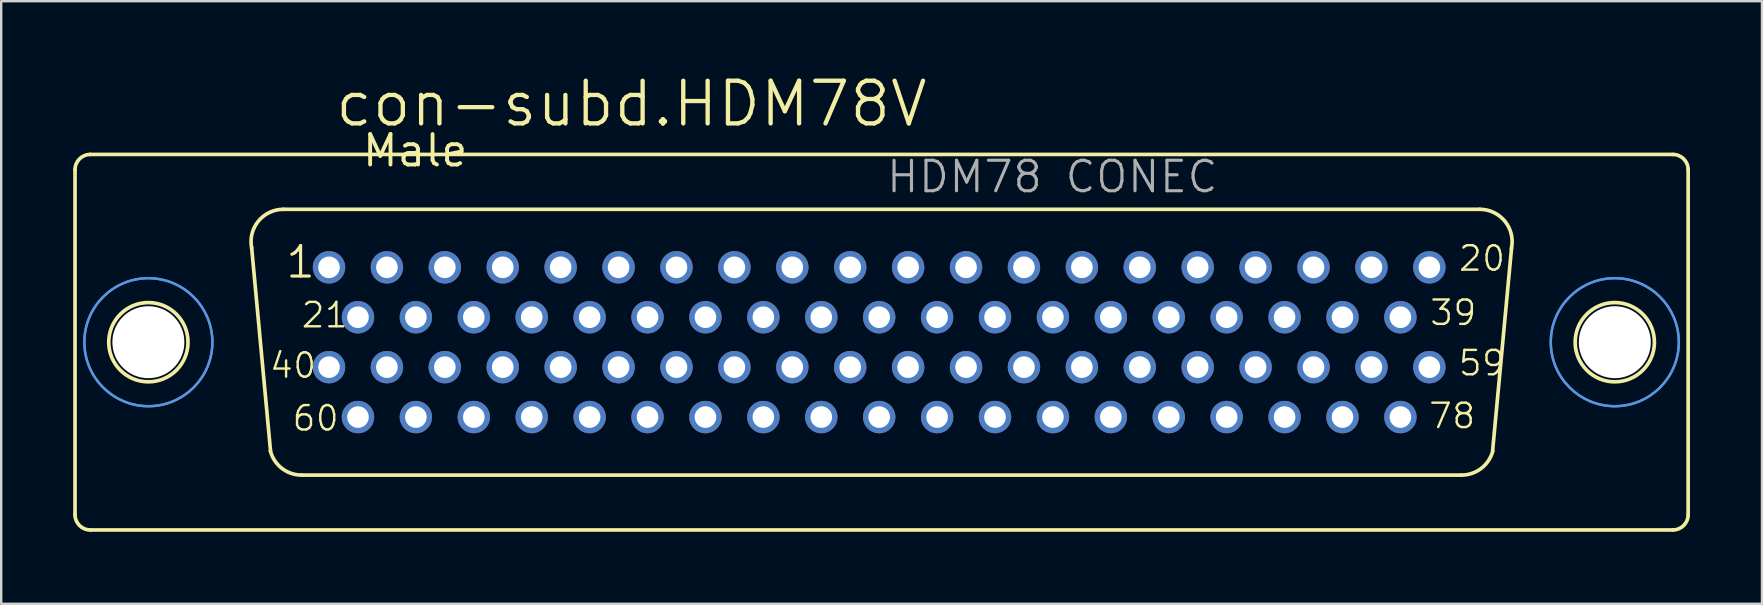
<source format=kicad_pcb>
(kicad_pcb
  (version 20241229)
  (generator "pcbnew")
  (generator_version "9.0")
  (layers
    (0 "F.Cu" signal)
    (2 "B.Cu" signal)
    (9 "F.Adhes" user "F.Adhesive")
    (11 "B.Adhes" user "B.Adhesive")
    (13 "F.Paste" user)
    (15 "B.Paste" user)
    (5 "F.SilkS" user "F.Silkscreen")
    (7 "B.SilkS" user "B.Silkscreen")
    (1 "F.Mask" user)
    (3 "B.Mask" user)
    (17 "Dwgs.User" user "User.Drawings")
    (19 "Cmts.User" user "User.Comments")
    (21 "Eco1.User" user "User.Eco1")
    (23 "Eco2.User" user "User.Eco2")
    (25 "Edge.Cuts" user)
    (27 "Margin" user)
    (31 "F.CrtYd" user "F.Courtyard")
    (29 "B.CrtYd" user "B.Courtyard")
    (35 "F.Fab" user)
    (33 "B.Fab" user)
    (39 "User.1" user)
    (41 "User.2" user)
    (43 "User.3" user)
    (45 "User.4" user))
  (footprint "con-subd.HDM78V"
    (layer "F.Cu")
    (at 33.682 11.208)
    (property "Reference" "con-subd.HDM78V" (at -22.86 -8.89 0) (layer "F.SilkS") (effects (font (size 1.778 1.778) (thickness 0.18)) (justify left bottom)))
    (attr through_hole)
    (fp_line (start -33.606 -7.188) (end -33.606 7.188) (stroke (width 0.152) (type default)) (layer "F.SilkS"))
    (fp_line (start -32.963 7.823) (end 32.971 7.823) (stroke (width 0.152) (type default)) (layer "F.SilkS"))
    (fp_line (start -25.459 4.546) (end -26.247 -3.937) (stroke (width 0.152) (type default)) (layer "F.SilkS"))
    (fp_line (start -24.926 -5.537) (end 24.926 -5.537) (stroke (width 0.152) (type default)) (layer "F.SilkS"))
    (fp_line (start -24.164 5.537) (end 24.164 5.537) (stroke (width 0.152) (type default)) (layer "F.SilkS"))
    (fp_line (start 26.247 -3.911) (end 25.459 4.521) (stroke (width 0.152) (type default)) (layer "F.SilkS"))
    (fp_line (start 32.963 -7.823) (end -32.971 -7.823) (stroke (width 0.152) (type default)) (layer "F.SilkS"))
    (fp_line (start 33.606 -7.188) (end 33.606 7.188) (stroke (width 0.152) (type default)) (layer "F.SilkS"))
    (fp_arc (start -33.606 -7.188) (mid -33.420013 -7.637013) (end -32.971 -7.823) (stroke (width 0.1524) (type default)) (layer "F.SilkS"))
    (fp_arc (start -32.971 7.823) (mid -33.420013 7.637013) (end -33.606 7.188) (stroke (width 0.1524) (type default)) (layer "F.SilkS"))
    (fp_arc (start -26.2461 -3.9268) (mid -25.967082 -5.044284) (end -24.926 -5.537) (stroke (width 0.1524) (type default)) (layer "F.SilkS"))
    (fp_arc (start -24.164 5.537) (mid -24.9875 5.255746) (end -25.4669 4.5295) (stroke (width 0.1524) (type default)) (layer "F.SilkS"))
    (fp_arc (start 24.926 -5.537) (mid 25.974556 -5.035184) (end 26.2415 -3.9038) (stroke (width 0.1524) (type default)) (layer "F.SilkS"))
    (fp_arc (start 25.4669 4.5295) (mid 24.9875 5.255746) (end 24.164 5.537) (stroke (width 0.1524) (type default)) (layer "F.SilkS"))
    (fp_arc (start 32.971 -7.823) (mid 33.420013 -7.637013) (end 33.606 -7.188) (stroke (width 0.1524) (type default)) (layer "F.SilkS"))
    (fp_arc (start 33.606 7.188) (mid 33.420013 7.637013) (end 32.971 7.823) (stroke (width 0.1524) (type default)) (layer "F.SilkS"))
    (fp_circle (center -30.55 0) (end -28.899 0) (stroke (width 0.152) (type default)) (fill no) (layer "F.SilkS"))
    (fp_circle (center 30.55 0) (end 32.201 0) (stroke (width 0.152) (type default)) (fill no) (layer "F.SilkS"))
    (fp_circle (center -30.55 0) (end -27.883 0) (stroke (width 0.1) (type default)) (fill no) (layer "Cmts.User"))
    (fp_circle (center -30.55 0) (end -27.883 0) (stroke (width 0.1) (type default)) (fill no) (layer "Cmts.User"))
    (fp_circle (center 30.55 0) (end 33.217 0) (stroke (width 0.1) (type default)) (fill no) (layer "Cmts.User"))
    (fp_circle (center 30.55 0) (end 33.217 0) (stroke (width 0.1) (type default)) (fill no) (layer "Cmts.User"))
    (fp_text user "59" (at 23.977 1.465 0) (layer "F.SilkS") (effects (font (size 1.016 1.016) (thickness 0.1)) (justify left bottom)))
    (fp_text user "1" (at -24.898 -2.595 0) (layer "F.SilkS") (effects (font (size 1.27 1.27) (thickness 0.13)) (justify left bottom)))
    (fp_text user "Male" (at -21.717 -7.239 180) (layer "F.SilkS") (effects (font (size 1.27 1.27) (thickness 0.16)) (justify left bottom)))
    (fp_text user "40" (at -25.555 1.565 0) (layer "F.SilkS") (effects (font (size 1.016 1.016) (thickness 0.1)) (justify left bottom)))
    (fp_text user "78" (at 22.737 3.665 0) (layer "F.SilkS") (effects (font (size 1.016 1.016) (thickness 0.1)) (justify left bottom)))
    (fp_text user "21" (at -24.237 -0.535 0) (layer "F.SilkS") (effects (font (size 1.016 1.016) (thickness 0.1)) (justify left bottom)))
    (fp_text user "20" (at 23.982 -2.895 0) (layer "F.SilkS") (effects (font (size 1.016 1.016) (thickness 0.1)) (justify left bottom)))
    (fp_text user "39" (at 22.785 -0.635 0) (layer "F.SilkS") (effects (font (size 1.016 1.016) (thickness 0.1)) (justify left bottom)))
    (fp_text user "60" (at -24.615 3.765 0) (layer "F.SilkS") (effects (font (size 1.016 1.016) (thickness 0.1)) (justify left bottom)))
    (fp_text user "HDM78 CONEC" (at 0.132 -6.149 0) (layer "F.Fab") (effects (font (size 1.27 1.27) (thickness 0.13)) (justify left bottom)))
    (pad "" np_thru_hole circle (at -30.55 0) (size 3 3) (drill 3) (layers "*.Cu" "*.Mask"))
    (pad "" np_thru_hole circle (at 30.55 0) (size 3 3) (drill 3) (layers "*.Cu" "*.Mask"))
    (pad "1" thru_hole circle (at -23.024 -3.12) (size 1.35 1.35) (drill 0.9) (layers "*.Cu" "*.Mask"))
    (pad "2" thru_hole circle (at -20.611 -3.12) (size 1.35 1.35) (drill 0.9) (layers "*.Cu" "*.Mask"))
    (pad "3" thru_hole circle (at -18.198 -3.12) (size 1.35 1.35) (drill 0.9) (layers "*.Cu" "*.Mask"))
    (pad "4" thru_hole circle (at -15.785 -3.12) (size 1.35 1.35) (drill 0.9) (layers "*.Cu" "*.Mask"))
    (pad "5" thru_hole circle (at -13.372 -3.12) (size 1.35 1.35) (drill 0.9) (layers "*.Cu" "*.Mask"))
    (pad "6" thru_hole circle (at -10.959 -3.12) (size 1.35 1.35) (drill 0.9) (layers "*.Cu" "*.Mask"))
    (pad "7" thru_hole circle (at -8.546 -3.12) (size 1.35 1.35) (drill 0.9) (layers "*.Cu" "*.Mask"))
    (pad "8" thru_hole circle (at -6.133 -3.12) (size 1.35 1.35) (drill 0.9) (layers "*.Cu" "*.Mask"))
    (pad "9" thru_hole circle (at -3.72 -3.12) (size 1.35 1.35) (drill 0.9) (layers "*.Cu" "*.Mask"))
    (pad "10" thru_hole circle (at -1.307 -3.12) (size 1.35 1.35) (drill 0.9) (layers "*.Cu" "*.Mask"))
    (pad "11" thru_hole circle (at 1.106 -3.12) (size 1.35 1.35) (drill 0.9) (layers "*.Cu" "*.Mask"))
    (pad "12" thru_hole circle (at 3.519 -3.12) (size 1.35 1.35) (drill 0.9) (layers "*.Cu" "*.Mask"))
    (pad "13" thru_hole circle (at 5.932 -3.12) (size 1.35 1.35) (drill 0.9) (layers "*.Cu" "*.Mask"))
    (pad "14" thru_hole circle (at 8.345 -3.12) (size 1.35 1.35) (drill 0.9) (layers "*.Cu" "*.Mask"))
    (pad "15" thru_hole circle (at 10.758 -3.12) (size 1.35 1.35) (drill 0.9) (layers "*.Cu" "*.Mask"))
    (pad "16" thru_hole circle (at 13.171 -3.12) (size 1.35 1.35) (drill 0.9) (layers "*.Cu" "*.Mask"))
    (pad "17" thru_hole circle (at 15.584 -3.12) (size 1.35 1.35) (drill 0.9) (layers "*.Cu" "*.Mask"))
    (pad "18" thru_hole circle (at 17.997 -3.12) (size 1.35 1.35) (drill 0.9) (layers "*.Cu" "*.Mask"))
    (pad "19" thru_hole circle (at 20.41 -3.12) (size 1.35 1.35) (drill 0.9) (layers "*.Cu" "*.Mask"))
    (pad "20" thru_hole circle (at 22.823 -3.12) (size 1.35 1.35) (drill 0.9) (layers "*.Cu" "*.Mask"))
    (pad "21" thru_hole circle (at -21.817 -1.04) (size 1.35 1.35) (drill 0.9) (layers "*.Cu" "*.Mask"))
    (pad "22" thru_hole circle (at -19.404 -1.04) (size 1.35 1.35) (drill 0.9) (layers "*.Cu" "*.Mask"))
    (pad "23" thru_hole circle (at -16.991 -1.04) (size 1.35 1.35) (drill 0.9) (layers "*.Cu" "*.Mask"))
    (pad "24" thru_hole circle (at -14.578 -1.04) (size 1.35 1.35) (drill 0.9) (layers "*.Cu" "*.Mask"))
    (pad "25" thru_hole circle (at -12.165 -1.04) (size 1.35 1.35) (drill 0.9) (layers "*.Cu" "*.Mask"))
    (pad "26" thru_hole circle (at -9.752 -1.04) (size 1.35 1.35) (drill 0.9) (layers "*.Cu" "*.Mask"))
    (pad "27" thru_hole circle (at -7.339 -1.04) (size 1.35 1.35) (drill 0.9) (layers "*.Cu" "*.Mask"))
    (pad "28" thru_hole circle (at -4.926 -1.04) (size 1.35 1.35) (drill 0.9) (layers "*.Cu" "*.Mask"))
    (pad "29" thru_hole circle (at -2.513 -1.04) (size 1.35 1.35) (drill 0.9) (layers "*.Cu" "*.Mask"))
    (pad "30" thru_hole circle (at -0.1 -1.04) (size 1.35 1.35) (drill 0.9) (layers "*.Cu" "*.Mask"))
    (pad "31" thru_hole circle (at 2.313 -1.04) (size 1.35 1.35) (drill 0.9) (layers "*.Cu" "*.Mask"))
    (pad "32" thru_hole circle (at 4.726 -1.04) (size 1.35 1.35) (drill 0.9) (layers "*.Cu" "*.Mask"))
    (pad "33" thru_hole circle (at 7.139 -1.04) (size 1.35 1.35) (drill 0.9) (layers "*.Cu" "*.Mask"))
    (pad "34" thru_hole circle (at 9.552 -1.04) (size 1.35 1.35) (drill 0.9) (layers "*.Cu" "*.Mask"))
    (pad "35" thru_hole circle (at 11.965 -1.04) (size 1.35 1.35) (drill 0.9) (layers "*.Cu" "*.Mask"))
    (pad "36" thru_hole circle (at 14.378 -1.04) (size 1.35 1.35) (drill 0.9) (layers "*.Cu" "*.Mask"))
    (pad "37" thru_hole circle (at 16.791 -1.04) (size 1.35 1.35) (drill 0.9) (layers "*.Cu" "*.Mask"))
    (pad "38" thru_hole circle (at 19.204 -1.04) (size 1.35 1.35) (drill 0.9) (layers "*.Cu" "*.Mask"))
    (pad "39" thru_hole circle (at 21.617 -1.04) (size 1.35 1.35) (drill 0.9) (layers "*.Cu" "*.Mask"))
    (pad "40" thru_hole circle (at -23.024 1.04) (size 1.35 1.35) (drill 0.9) (layers "*.Cu" "*.Mask"))
    (pad "41" thru_hole circle (at -20.611 1.04) (size 1.35 1.35) (drill 0.9) (layers "*.Cu" "*.Mask"))
    (pad "42" thru_hole circle (at -18.198 1.04) (size 1.35 1.35) (drill 0.9) (layers "*.Cu" "*.Mask"))
    (pad "43" thru_hole circle (at -15.785 1.04) (size 1.35 1.35) (drill 0.9) (layers "*.Cu" "*.Mask"))
    (pad "44" thru_hole circle (at -13.372 1.04) (size 1.35 1.35) (drill 0.9) (layers "*.Cu" "*.Mask"))
    (pad "45" thru_hole circle (at -10.959 1.04) (size 1.35 1.35) (drill 0.9) (layers "*.Cu" "*.Mask"))
    (pad "46" thru_hole circle (at -8.546 1.04) (size 1.35 1.35) (drill 0.9) (layers "*.Cu" "*.Mask"))
    (pad "47" thru_hole circle (at -6.133 1.04) (size 1.35 1.35) (drill 0.9) (layers "*.Cu" "*.Mask"))
    (pad "48" thru_hole circle (at -3.72 1.04) (size 1.35 1.35) (drill 0.9) (layers "*.Cu" "*.Mask"))
    (pad "49" thru_hole circle (at -1.307 1.04) (size 1.35 1.35) (drill 0.9) (layers "*.Cu" "*.Mask"))
    (pad "50" thru_hole circle (at 1.106 1.04) (size 1.35 1.35) (drill 0.9) (layers "*.Cu" "*.Mask"))
    (pad "51" thru_hole circle (at 3.519 1.04) (size 1.35 1.35) (drill 0.9) (layers "*.Cu" "*.Mask"))
    (pad "52" thru_hole circle (at 5.932 1.04) (size 1.35 1.35) (drill 0.9) (layers "*.Cu" "*.Mask"))
    (pad "53" thru_hole circle (at 8.345 1.04) (size 1.35 1.35) (drill 0.9) (layers "*.Cu" "*.Mask"))
    (pad "54" thru_hole circle (at 10.758 1.04) (size 1.35 1.35) (drill 0.9) (layers "*.Cu" "*.Mask"))
    (pad "55" thru_hole circle (at 13.171 1.04) (size 1.35 1.35) (drill 0.9) (layers "*.Cu" "*.Mask"))
    (pad "56" thru_hole circle (at 15.584 1.04) (size 1.35 1.35) (drill 0.9) (layers "*.Cu" "*.Mask"))
    (pad "57" thru_hole circle (at 17.997 1.04) (size 1.35 1.35) (drill 0.9) (layers "*.Cu" "*.Mask"))
    (pad "58" thru_hole circle (at 20.41 1.04) (size 1.35 1.35) (drill 0.9) (layers "*.Cu" "*.Mask"))
    (pad "59" thru_hole circle (at 22.823 1.04) (size 1.35 1.35) (drill 0.9) (layers "*.Cu" "*.Mask"))
    (pad "60" thru_hole circle (at -21.817 3.12) (size 1.35 1.35) (drill 0.9) (layers "*.Cu" "*.Mask"))
    (pad "61" thru_hole circle (at -19.404 3.12) (size 1.35 1.35) (drill 0.9) (layers "*.Cu" "*.Mask"))
    (pad "62" thru_hole circle (at -16.991 3.12) (size 1.35 1.35) (drill 0.9) (layers "*.Cu" "*.Mask"))
    (pad "63" thru_hole circle (at -14.578 3.12) (size 1.35 1.35) (drill 0.9) (layers "*.Cu" "*.Mask"))
    (pad "64" thru_hole circle (at -12.165 3.12) (size 1.35 1.35) (drill 0.9) (layers "*.Cu" "*.Mask"))
    (pad "65" thru_hole circle (at -9.752 3.12) (size 1.35 1.35) (drill 0.9) (layers "*.Cu" "*.Mask"))
    (pad "66" thru_hole circle (at -7.339 3.12) (size 1.35 1.35) (drill 0.9) (layers "*.Cu" "*.Mask"))
    (pad "67" thru_hole circle (at -4.926 3.12) (size 1.35 1.35) (drill 0.9) (layers "*.Cu" "*.Mask"))
    (pad "68" thru_hole circle (at -2.513 3.12) (size 1.35 1.35) (drill 0.9) (layers "*.Cu" "*.Mask"))
    (pad "69" thru_hole circle (at -0.1 3.12) (size 1.35 1.35) (drill 0.9) (layers "*.Cu" "*.Mask"))
    (pad "70" thru_hole circle (at 2.313 3.12) (size 1.35 1.35) (drill 0.9) (layers "*.Cu" "*.Mask"))
    (pad "71" thru_hole circle (at 4.726 3.12) (size 1.35 1.35) (drill 0.9) (layers "*.Cu" "*.Mask"))
    (pad "72" thru_hole circle (at 7.139 3.12) (size 1.35 1.35) (drill 0.9) (layers "*.Cu" "*.Mask"))
    (pad "73" thru_hole circle (at 9.552 3.12) (size 1.35 1.35) (drill 0.9) (layers "*.Cu" "*.Mask"))
    (pad "74" thru_hole circle (at 11.965 3.12) (size 1.35 1.35) (drill 0.9) (layers "*.Cu" "*.Mask"))
    (pad "75" thru_hole circle (at 14.378 3.12) (size 1.35 1.35) (drill 0.9) (layers "*.Cu" "*.Mask"))
    (pad "76" thru_hole circle (at 16.791 3.12) (size 1.35 1.35) (drill 0.9) (layers "*.Cu" "*.Mask"))
    (pad "77" thru_hole circle (at 19.204 3.12) (size 1.35 1.35) (drill 0.9) (layers "*.Cu" "*.Mask"))
    (pad "78" thru_hole circle (at 21.617 3.12) (size 1.35 1.35) (drill 0.9) (layers "*.Cu" "*.Mask")))
  (gr_rect
    (start -3 -3)
    (end 70.364 22.107)
    (stroke (width 0.1) (type default))
    (fill no)
    (layer "Edge.Cuts")))
</source>
